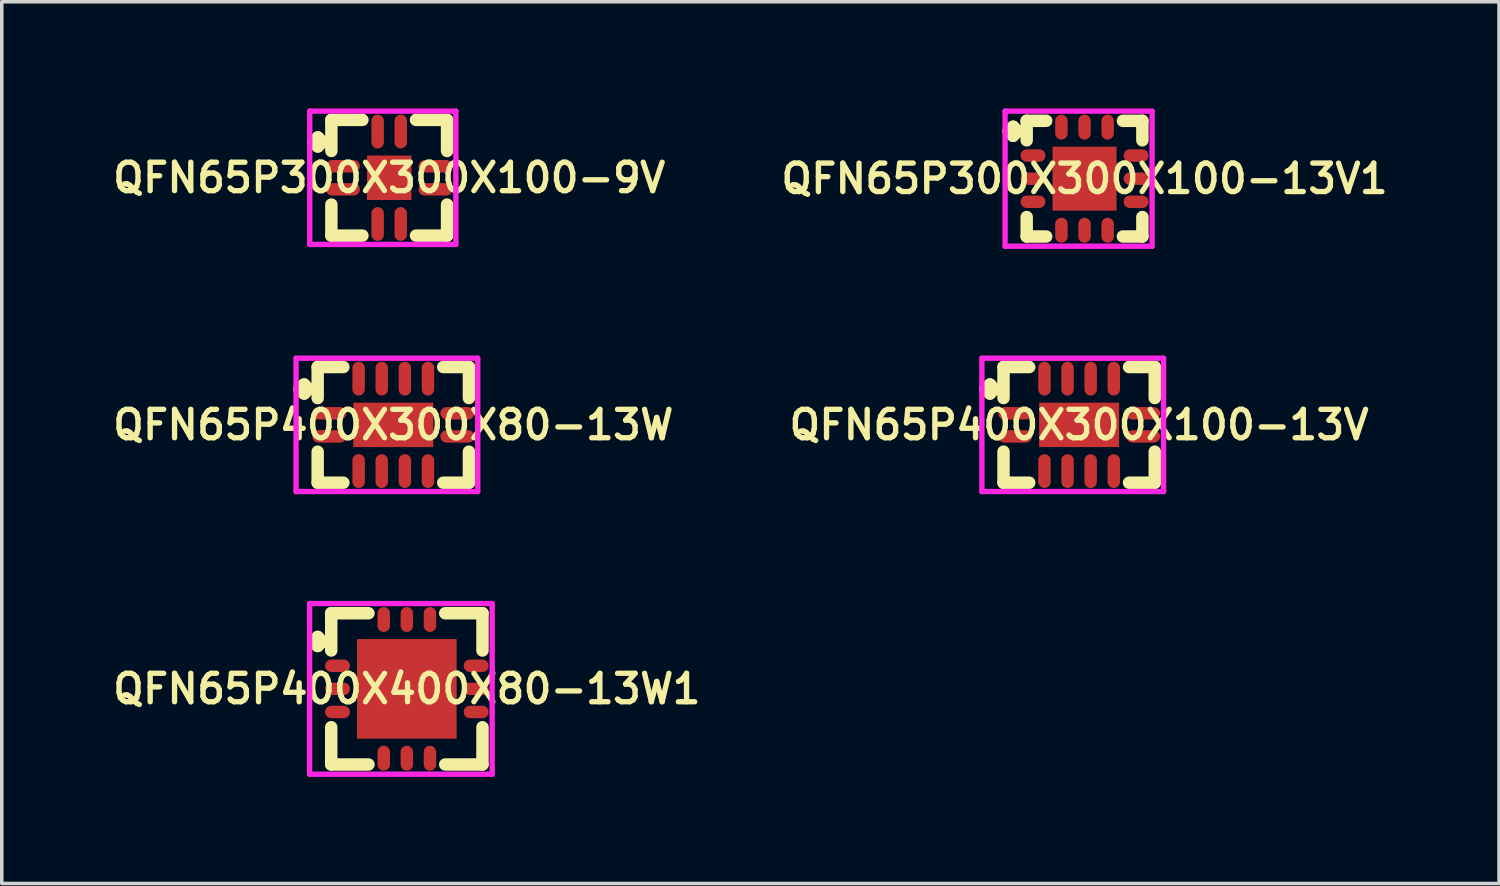
<source format=kicad_pcb>
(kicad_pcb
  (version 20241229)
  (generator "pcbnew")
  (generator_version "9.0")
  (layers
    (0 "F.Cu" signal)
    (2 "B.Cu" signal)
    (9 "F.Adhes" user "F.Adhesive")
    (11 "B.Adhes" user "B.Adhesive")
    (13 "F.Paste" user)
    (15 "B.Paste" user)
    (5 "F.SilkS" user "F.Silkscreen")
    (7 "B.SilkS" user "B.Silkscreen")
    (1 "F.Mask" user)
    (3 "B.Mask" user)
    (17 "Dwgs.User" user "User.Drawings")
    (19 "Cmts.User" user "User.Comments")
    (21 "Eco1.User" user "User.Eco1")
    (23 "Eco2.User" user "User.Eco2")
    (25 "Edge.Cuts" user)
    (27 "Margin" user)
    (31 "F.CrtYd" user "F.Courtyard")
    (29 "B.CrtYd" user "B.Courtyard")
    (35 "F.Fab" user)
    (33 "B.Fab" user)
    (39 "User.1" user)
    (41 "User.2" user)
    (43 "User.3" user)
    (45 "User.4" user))
  (footprint "QFN65P400X400X80-13W1"
    (layer "F.Cu")
    (at 8.393 16.325)
    (property "Reference" "QFN65P400X400X80-13W1" (at 0 0 0) (layer "F.SilkS") (effects (font (size 0.8 0.8) (thickness 0.15))))
    (attr smd)
    (fp_line (start -2.635 -1.333) (end -2.508 -1.46) (stroke (width 0.35) (type solid)) (layer "F.SilkS"))
    (fp_line (start -2.508 -1.46) (end -2.381 -1.333) (stroke (width 0.35) (type solid)) (layer "F.SilkS"))
    (fp_line (start -2.508 -1.206) (end -2.635 -1.333) (stroke (width 0.35) (type solid)) (layer "F.SilkS"))
    (fp_line (start -2.381 -1.333) (end -2.508 -1.206) (stroke (width 0.35) (type solid)) (layer "F.SilkS"))
    (fp_line (start -2.127 -2.127) (end -1.079 -2.127) (stroke (width 0.35) (type solid)) (layer "F.SilkS"))
    (fp_line (start -2.127 -1.079) (end -2.127 -2.127) (stroke (width 0.35) (type solid)) (layer "F.SilkS"))
    (fp_line (start -2.127 1.079) (end -2.127 2.127) (stroke (width 0.35) (type solid)) (layer "F.SilkS"))
    (fp_line (start -2.127 2.127) (end -1.079 2.127) (stroke (width 0.35) (type solid)) (layer "F.SilkS"))
    (fp_line (start 1.079 -2.127) (end 2.127 -2.127) (stroke (width 0.35) (type solid)) (layer "F.SilkS"))
    (fp_line (start 1.079 2.127) (end 2.127 2.127) (stroke (width 0.35) (type solid)) (layer "F.SilkS"))
    (fp_line (start 2.127 -2.127) (end 2.127 -1.079) (stroke (width 0.35) (type solid)) (layer "F.SilkS"))
    (fp_line (start 2.127 2.127) (end 2.127 1.079) (stroke (width 0.35) (type solid)) (layer "F.SilkS"))
    (fp_line (start -2.735 -2.4) (end 2.4 -2.4) (stroke (width 0.15) (type solid)) (layer "F.CrtYd"))
    (fp_line (start -2.735 2.4) (end -2.735 -2.4) (stroke (width 0.15) (type solid)) (layer "F.CrtYd"))
    (fp_line (start 2.4 -2.4) (end 2.4 2.4) (stroke (width 0.15) (type solid)) (layer "F.CrtYd"))
    (fp_line (start 2.4 2.4) (end -2.735 2.4) (stroke (width 0.15) (type solid)) (layer "F.CrtYd"))
    (pad "1" smd oval (at -1.95 -0.65) (size 0.7 0.35) (layers "F.Cu" "F.Mask" "F.Paste"))
    (pad "2" smd oval (at -1.95 0) (size 0.7 0.35) (layers "F.Cu" "F.Mask" "F.Paste"))
    (pad "3" smd oval (at -1.95 0.65) (size 0.7 0.35) (layers "F.Cu" "F.Mask" "F.Paste"))
    (pad "4" smd oval (at -0.65 1.95) (size 0.35 0.7) (layers "F.Cu" "F.Mask" "F.Paste"))
    (pad "5" smd oval (at 0 1.95) (size 0.35 0.7) (layers "F.Cu" "F.Mask" "F.Paste"))
    (pad "6" smd oval (at 0.65 1.95) (size 0.35 0.7) (layers "F.Cu" "F.Mask" "F.Paste"))
    (pad "7" smd oval (at 1.95 0.65) (size 0.7 0.35) (layers "F.Cu" "F.Mask" "F.Paste"))
    (pad "8" smd oval (at 1.95 0) (size 0.7 0.35) (layers "F.Cu" "F.Mask" "F.Paste"))
    (pad "9" smd oval (at 1.95 -0.65) (size 0.7 0.35) (layers "F.Cu" "F.Mask" "F.Paste"))
    (pad "10" smd oval (at 0.65 -1.95) (size 0.35 0.7) (layers "F.Cu" "F.Mask" "F.Paste"))
    (pad "11" smd oval (at 0 -1.95) (size 0.35 0.7) (layers "F.Cu" "F.Mask" "F.Paste"))
    (pad "12" smd oval (at -0.65 -1.95) (size 0.35 0.7) (layers "F.Cu" "F.Mask" "F.Paste"))
    (pad "13" smd rect (at 0 0) (size 2.8 2.8) (layers "F.Cu" "F.Mask" "F.Paste")))
  (footprint "QFN65P300X300X100-9V"
    (layer "F.Cu")
    (at 7.897 1.95)
    (property "Reference" "QFN65P300X300X100-9V" (at 0 0 0) (layer "F.SilkS") (effects (font (size 0.8 0.8) (thickness 0.15))))
    (attr smd)
    (fp_line (start -2.135 -1.008) (end -2.008 -1.135) (stroke (width 0.35) (type solid)) (layer "F.SilkS"))
    (fp_line (start -2.008 -1.135) (end -1.881 -1.008) (stroke (width 0.35) (type solid)) (layer "F.SilkS"))
    (fp_line (start -2.008 -0.881) (end -2.135 -1.008) (stroke (width 0.35) (type solid)) (layer "F.SilkS"))
    (fp_line (start -1.881 -1.008) (end -2.008 -0.881) (stroke (width 0.35) (type solid)) (layer "F.SilkS"))
    (fp_line (start -1.627 -1.627) (end -0.754 -1.627) (stroke (width 0.35) (type solid)) (layer "F.SilkS"))
    (fp_line (start -1.627 -0.754) (end -1.627 -1.627) (stroke (width 0.35) (type solid)) (layer "F.SilkS"))
    (fp_line (start -1.627 0.754) (end -1.627 1.627) (stroke (width 0.35) (type solid)) (layer "F.SilkS"))
    (fp_line (start -1.627 1.627) (end -0.754 1.627) (stroke (width 0.35) (type solid)) (layer "F.SilkS"))
    (fp_line (start 0.754 -1.627) (end 1.627 -1.627) (stroke (width 0.35) (type solid)) (layer "F.SilkS"))
    (fp_line (start 0.754 1.627) (end 1.627 1.627) (stroke (width 0.35) (type solid)) (layer "F.SilkS"))
    (fp_line (start 1.627 -1.627) (end 1.627 -0.754) (stroke (width 0.35) (type solid)) (layer "F.SilkS"))
    (fp_line (start 1.627 1.627) (end 1.627 0.754) (stroke (width 0.35) (type solid)) (layer "F.SilkS"))
    (fp_line (start -2.235 -1.875) (end 1.875 -1.875) (stroke (width 0.15) (type solid)) (layer "F.CrtYd"))
    (fp_line (start -2.235 1.875) (end -2.235 -1.875) (stroke (width 0.15) (type solid)) (layer "F.CrtYd"))
    (fp_line (start 1.875 -1.875) (end 1.875 1.875) (stroke (width 0.15) (type solid)) (layer "F.CrtYd"))
    (fp_line (start 1.875 1.875) (end -2.235 1.875) (stroke (width 0.15) (type solid)) (layer "F.CrtYd"))
    (pad "1" smd oval (at -1.3 -0.325) (size 0.95 0.35) (layers "F.Cu" "F.Mask" "F.Paste"))
    (pad "2" smd oval (at -1.3 0.325) (size 0.95 0.35) (layers "F.Cu" "F.Mask" "F.Paste"))
    (pad "3" smd oval (at -0.325 1.3) (size 0.35 0.95) (layers "F.Cu" "F.Mask" "F.Paste"))
    (pad "4" smd oval (at 0.325 1.3) (size 0.35 0.95) (layers "F.Cu" "F.Mask" "F.Paste"))
    (pad "5" smd oval (at 1.3 0.325) (size 0.95 0.35) (layers "F.Cu" "F.Mask" "F.Paste"))
    (pad "6" smd oval (at 1.3 -0.325) (size 0.95 0.35) (layers "F.Cu" "F.Mask" "F.Paste"))
    (pad "7" smd oval (at 0.325 -1.3) (size 0.35 0.95) (layers "F.Cu" "F.Mask" "F.Paste"))
    (pad "8" smd oval (at -0.325 -1.3) (size 0.35 0.95) (layers "F.Cu" "F.Mask" "F.Paste"))
    (pad "9" smd rect (at 0 0) (size 1.25 1.25) (layers "F.Cu" "F.Mask" "F.Paste")))
  (footprint "QFN65P400X300X80-13W"
    (layer "F.Cu")
    (at 8.012 8.9)
    (property "Reference" "QFN65P400X300X80-13W" (at 0 0 0) (layer "F.SilkS") (effects (font (size 0.8 0.8) (thickness 0.15))))
    (attr smd)
    (fp_line (start -2.635 -1.008) (end -2.508 -1.135) (stroke (width 0.35) (type solid)) (layer "F.SilkS"))
    (fp_line (start -2.508 -1.135) (end -2.381 -1.008) (stroke (width 0.35) (type solid)) (layer "F.SilkS"))
    (fp_line (start -2.508 -0.881) (end -2.635 -1.008) (stroke (width 0.35) (type solid)) (layer "F.SilkS"))
    (fp_line (start -2.381 -1.008) (end -2.508 -0.881) (stroke (width 0.35) (type solid)) (layer "F.SilkS"))
    (fp_line (start -2.127 -1.627) (end -1.404 -1.627) (stroke (width 0.35) (type solid)) (layer "F.SilkS"))
    (fp_line (start -2.127 -0.754) (end -2.127 -1.627) (stroke (width 0.35) (type solid)) (layer "F.SilkS"))
    (fp_line (start -2.127 0.754) (end -2.127 1.627) (stroke (width 0.35) (type solid)) (layer "F.SilkS"))
    (fp_line (start -2.127 1.627) (end -1.404 1.627) (stroke (width 0.35) (type solid)) (layer "F.SilkS"))
    (fp_line (start 1.404 -1.627) (end 2.127 -1.627) (stroke (width 0.35) (type solid)) (layer "F.SilkS"))
    (fp_line (start 1.404 1.627) (end 2.127 1.627) (stroke (width 0.35) (type solid)) (layer "F.SilkS"))
    (fp_line (start 2.127 -1.627) (end 2.127 -0.754) (stroke (width 0.35) (type solid)) (layer "F.SilkS"))
    (fp_line (start 2.127 1.627) (end 2.127 0.754) (stroke (width 0.35) (type solid)) (layer "F.SilkS"))
    (fp_line (start -2.735 -1.875) (end 2.375 -1.875) (stroke (width 0.15) (type solid)) (layer "F.CrtYd"))
    (fp_line (start -2.735 1.875) (end -2.735 -1.875) (stroke (width 0.15) (type solid)) (layer "F.CrtYd"))
    (fp_line (start 2.375 -1.875) (end 2.375 1.875) (stroke (width 0.15) (type solid)) (layer "F.CrtYd"))
    (fp_line (start 2.375 1.875) (end -2.735 1.875) (stroke (width 0.15) (type solid)) (layer "F.CrtYd"))
    (pad "1" smd oval (at -1.8 -0.325) (size 0.95 0.35) (layers "F.Cu" "F.Mask" "F.Paste"))
    (pad "2" smd oval (at -1.8 0.325) (size 0.95 0.35) (layers "F.Cu" "F.Mask" "F.Paste"))
    (pad "3" smd oval (at -0.975 1.3) (size 0.35 0.95) (layers "F.Cu" "F.Mask" "F.Paste"))
    (pad "4" smd oval (at -0.325 1.3) (size 0.35 0.95) (layers "F.Cu" "F.Mask" "F.Paste"))
    (pad "5" smd oval (at 0.325 1.3) (size 0.35 0.95) (layers "F.Cu" "F.Mask" "F.Paste"))
    (pad "6" smd oval (at 0.975 1.3) (size 0.35 0.95) (layers "F.Cu" "F.Mask" "F.Paste"))
    (pad "7" smd oval (at 1.8 0.325) (size 0.95 0.35) (layers "F.Cu" "F.Mask" "F.Paste"))
    (pad "8" smd oval (at 1.8 -0.325) (size 0.95 0.35) (layers "F.Cu" "F.Mask" "F.Paste"))
    (pad "9" smd oval (at 0.975 -1.3) (size 0.35 0.95) (layers "F.Cu" "F.Mask" "F.Paste"))
    (pad "10" smd oval (at 0.325 -1.3) (size 0.35 0.95) (layers "F.Cu" "F.Mask" "F.Paste"))
    (pad "11" smd oval (at -0.325 -1.3) (size 0.35 0.95) (layers "F.Cu" "F.Mask" "F.Paste"))
    (pad "12" smd oval (at -0.975 -1.3) (size 0.35 0.95) (layers "F.Cu" "F.Mask" "F.Paste"))
    (pad "13" smd rect (at 0 0) (size 2.25 1.25) (layers "F.Cu" "F.Mask" "F.Paste")))
  (footprint "QFN65P400X300X100-13V"
    (layer "F.Cu")
    (at 27.302 8.9)
    (property "Reference" "QFN65P400X300X100-13V" (at 0 0 0) (layer "F.SilkS") (effects (font (size 0.8 0.8) (thickness 0.15))))
    (attr smd)
    (fp_line (start -2.635 -1.008) (end -2.508 -1.135) (stroke (width 0.35) (type solid)) (layer "F.SilkS"))
    (fp_line (start -2.508 -1.135) (end -2.381 -1.008) (stroke (width 0.35) (type solid)) (layer "F.SilkS"))
    (fp_line (start -2.508 -0.881) (end -2.635 -1.008) (stroke (width 0.35) (type solid)) (layer "F.SilkS"))
    (fp_line (start -2.381 -1.008) (end -2.508 -0.881) (stroke (width 0.35) (type solid)) (layer "F.SilkS"))
    (fp_line (start -2.127 -1.627) (end -1.404 -1.627) (stroke (width 0.35) (type solid)) (layer "F.SilkS"))
    (fp_line (start -2.127 -0.754) (end -2.127 -1.627) (stroke (width 0.35) (type solid)) (layer "F.SilkS"))
    (fp_line (start -2.127 0.754) (end -2.127 1.627) (stroke (width 0.35) (type solid)) (layer "F.SilkS"))
    (fp_line (start -2.127 1.627) (end -1.404 1.627) (stroke (width 0.35) (type solid)) (layer "F.SilkS"))
    (fp_line (start 1.404 -1.627) (end 2.127 -1.627) (stroke (width 0.35) (type solid)) (layer "F.SilkS"))
    (fp_line (start 1.404 1.627) (end 2.127 1.627) (stroke (width 0.35) (type solid)) (layer "F.SilkS"))
    (fp_line (start 2.127 -1.627) (end 2.127 -0.754) (stroke (width 0.35) (type solid)) (layer "F.SilkS"))
    (fp_line (start 2.127 1.627) (end 2.127 0.754) (stroke (width 0.35) (type solid)) (layer "F.SilkS"))
    (fp_line (start -2.735 -1.875) (end 2.375 -1.875) (stroke (width 0.15) (type solid)) (layer "F.CrtYd"))
    (fp_line (start -2.735 1.875) (end -2.735 -1.875) (stroke (width 0.15) (type solid)) (layer "F.CrtYd"))
    (fp_line (start 2.375 -1.875) (end 2.375 1.875) (stroke (width 0.15) (type solid)) (layer "F.CrtYd"))
    (fp_line (start 2.375 1.875) (end -2.735 1.875) (stroke (width 0.15) (type solid)) (layer "F.CrtYd"))
    (pad "1" smd oval (at -1.8 -0.325) (size 0.95 0.35) (layers "F.Cu" "F.Mask" "F.Paste"))
    (pad "2" smd oval (at -1.8 0.325) (size 0.95 0.35) (layers "F.Cu" "F.Mask" "F.Paste"))
    (pad "3" smd oval (at -0.975 1.3) (size 0.35 0.95) (layers "F.Cu" "F.Mask" "F.Paste"))
    (pad "4" smd oval (at -0.325 1.3) (size 0.35 0.95) (layers "F.Cu" "F.Mask" "F.Paste"))
    (pad "5" smd oval (at 0.325 1.3) (size 0.35 0.95) (layers "F.Cu" "F.Mask" "F.Paste"))
    (pad "6" smd oval (at 0.975 1.3) (size 0.35 0.95) (layers "F.Cu" "F.Mask" "F.Paste"))
    (pad "7" smd oval (at 1.8 0.325) (size 0.95 0.35) (layers "F.Cu" "F.Mask" "F.Paste"))
    (pad "8" smd oval (at 1.8 -0.325) (size 0.95 0.35) (layers "F.Cu" "F.Mask" "F.Paste"))
    (pad "9" smd oval (at 0.975 -1.3) (size 0.35 0.95) (layers "F.Cu" "F.Mask" "F.Paste"))
    (pad "10" smd oval (at 0.325 -1.3) (size 0.35 0.95) (layers "F.Cu" "F.Mask" "F.Paste"))
    (pad "11" smd oval (at -0.325 -1.3) (size 0.35 0.95) (layers "F.Cu" "F.Mask" "F.Paste"))
    (pad "12" smd oval (at -0.975 -1.3) (size 0.35 0.95) (layers "F.Cu" "F.Mask" "F.Paste"))
    (pad "13" smd rect (at 0 0) (size 2.25 1.25) (layers "F.Cu" "F.Mask" "F.Paste")))
  (footprint "QFN65P300X300X100-13V1"
    (layer "F.Cu")
    (at 27.454 1.975)
    (property "Reference" "QFN65P300X300X100-13V1" (at 0 0 0) (layer "F.SilkS") (effects (font (size 0.8 0.8) (thickness 0.15))))
    (attr smd)
    (fp_line (start -2.135 -1.333) (end -2.008 -1.46) (stroke (width 0.35) (type solid)) (layer "F.SilkS"))
    (fp_line (start -2.008 -1.46) (end -1.881 -1.333) (stroke (width 0.35) (type solid)) (layer "F.SilkS"))
    (fp_line (start -2.008 -1.206) (end -2.135 -1.333) (stroke (width 0.35) (type solid)) (layer "F.SilkS"))
    (fp_line (start -1.881 -1.333) (end -2.008 -1.206) (stroke (width 0.35) (type solid)) (layer "F.SilkS"))
    (fp_line (start -1.627 -1.627) (end -1.079 -1.627) (stroke (width 0.35) (type solid)) (layer "F.SilkS"))
    (fp_line (start -1.627 -1.079) (end -1.627 -1.627) (stroke (width 0.35) (type solid)) (layer "F.SilkS"))
    (fp_line (start -1.627 1.079) (end -1.627 1.627) (stroke (width 0.35) (type solid)) (layer "F.SilkS"))
    (fp_line (start -1.627 1.627) (end -1.079 1.627) (stroke (width 0.35) (type solid)) (layer "F.SilkS"))
    (fp_line (start 1.079 -1.627) (end 1.627 -1.627) (stroke (width 0.35) (type solid)) (layer "F.SilkS"))
    (fp_line (start 1.079 1.627) (end 1.627 1.627) (stroke (width 0.35) (type solid)) (layer "F.SilkS"))
    (fp_line (start 1.627 -1.627) (end 1.627 -1.079) (stroke (width 0.35) (type solid)) (layer "F.SilkS"))
    (fp_line (start 1.627 1.627) (end 1.627 1.079) (stroke (width 0.35) (type solid)) (layer "F.SilkS"))
    (fp_line (start -2.235 -1.9) (end 1.9 -1.9) (stroke (width 0.15) (type solid)) (layer "F.CrtYd"))
    (fp_line (start -2.235 1.9) (end -2.235 -1.9) (stroke (width 0.15) (type solid)) (layer "F.CrtYd"))
    (fp_line (start 1.9 -1.9) (end 1.9 1.9) (stroke (width 0.15) (type solid)) (layer "F.CrtYd"))
    (fp_line (start 1.9 1.9) (end -2.235 1.9) (stroke (width 0.15) (type solid)) (layer "F.CrtYd"))
    (pad "1" smd oval (at -1.45 -0.65) (size 0.7 0.35) (layers "F.Cu" "F.Mask" "F.Paste"))
    (pad "2" smd oval (at -1.45 0) (size 0.7 0.35) (layers "F.Cu" "F.Mask" "F.Paste"))
    (pad "3" smd oval (at -1.45 0.65) (size 0.7 0.35) (layers "F.Cu" "F.Mask" "F.Paste"))
    (pad "4" smd oval (at -0.65 1.45) (size 0.35 0.7) (layers "F.Cu" "F.Mask" "F.Paste"))
    (pad "5" smd oval (at 0 1.45) (size 0.35 0.7) (layers "F.Cu" "F.Mask" "F.Paste"))
    (pad "6" smd oval (at 0.65 1.45) (size 0.35 0.7) (layers "F.Cu" "F.Mask" "F.Paste"))
    (pad "7" smd oval (at 1.45 0.65) (size 0.7 0.35) (layers "F.Cu" "F.Mask" "F.Paste"))
    (pad "8" smd oval (at 1.45 0) (size 0.7 0.35) (layers "F.Cu" "F.Mask" "F.Paste"))
    (pad "9" smd oval (at 1.45 -0.65) (size 0.7 0.35) (layers "F.Cu" "F.Mask" "F.Paste"))
    (pad "10" smd oval (at 0.65 -1.45) (size 0.35 0.7) (layers "F.Cu" "F.Mask" "F.Paste"))
    (pad "11" smd oval (at 0 -1.45) (size 0.35 0.7) (layers "F.Cu" "F.Mask" "F.Paste"))
    (pad "12" smd oval (at -0.65 -1.45) (size 0.35 0.7) (layers "F.Cu" "F.Mask" "F.Paste"))
    (pad "13" smd rect (at 0 0) (size 1.8 1.8) (layers "F.Cu" "F.Mask" "F.Paste")))
  (gr_rect
    (start -3 -3)
    (end 39.113 21.8)
    (stroke (width 0.1) (type default))
    (fill no)
    (layer "Edge.Cuts")))
</source>
